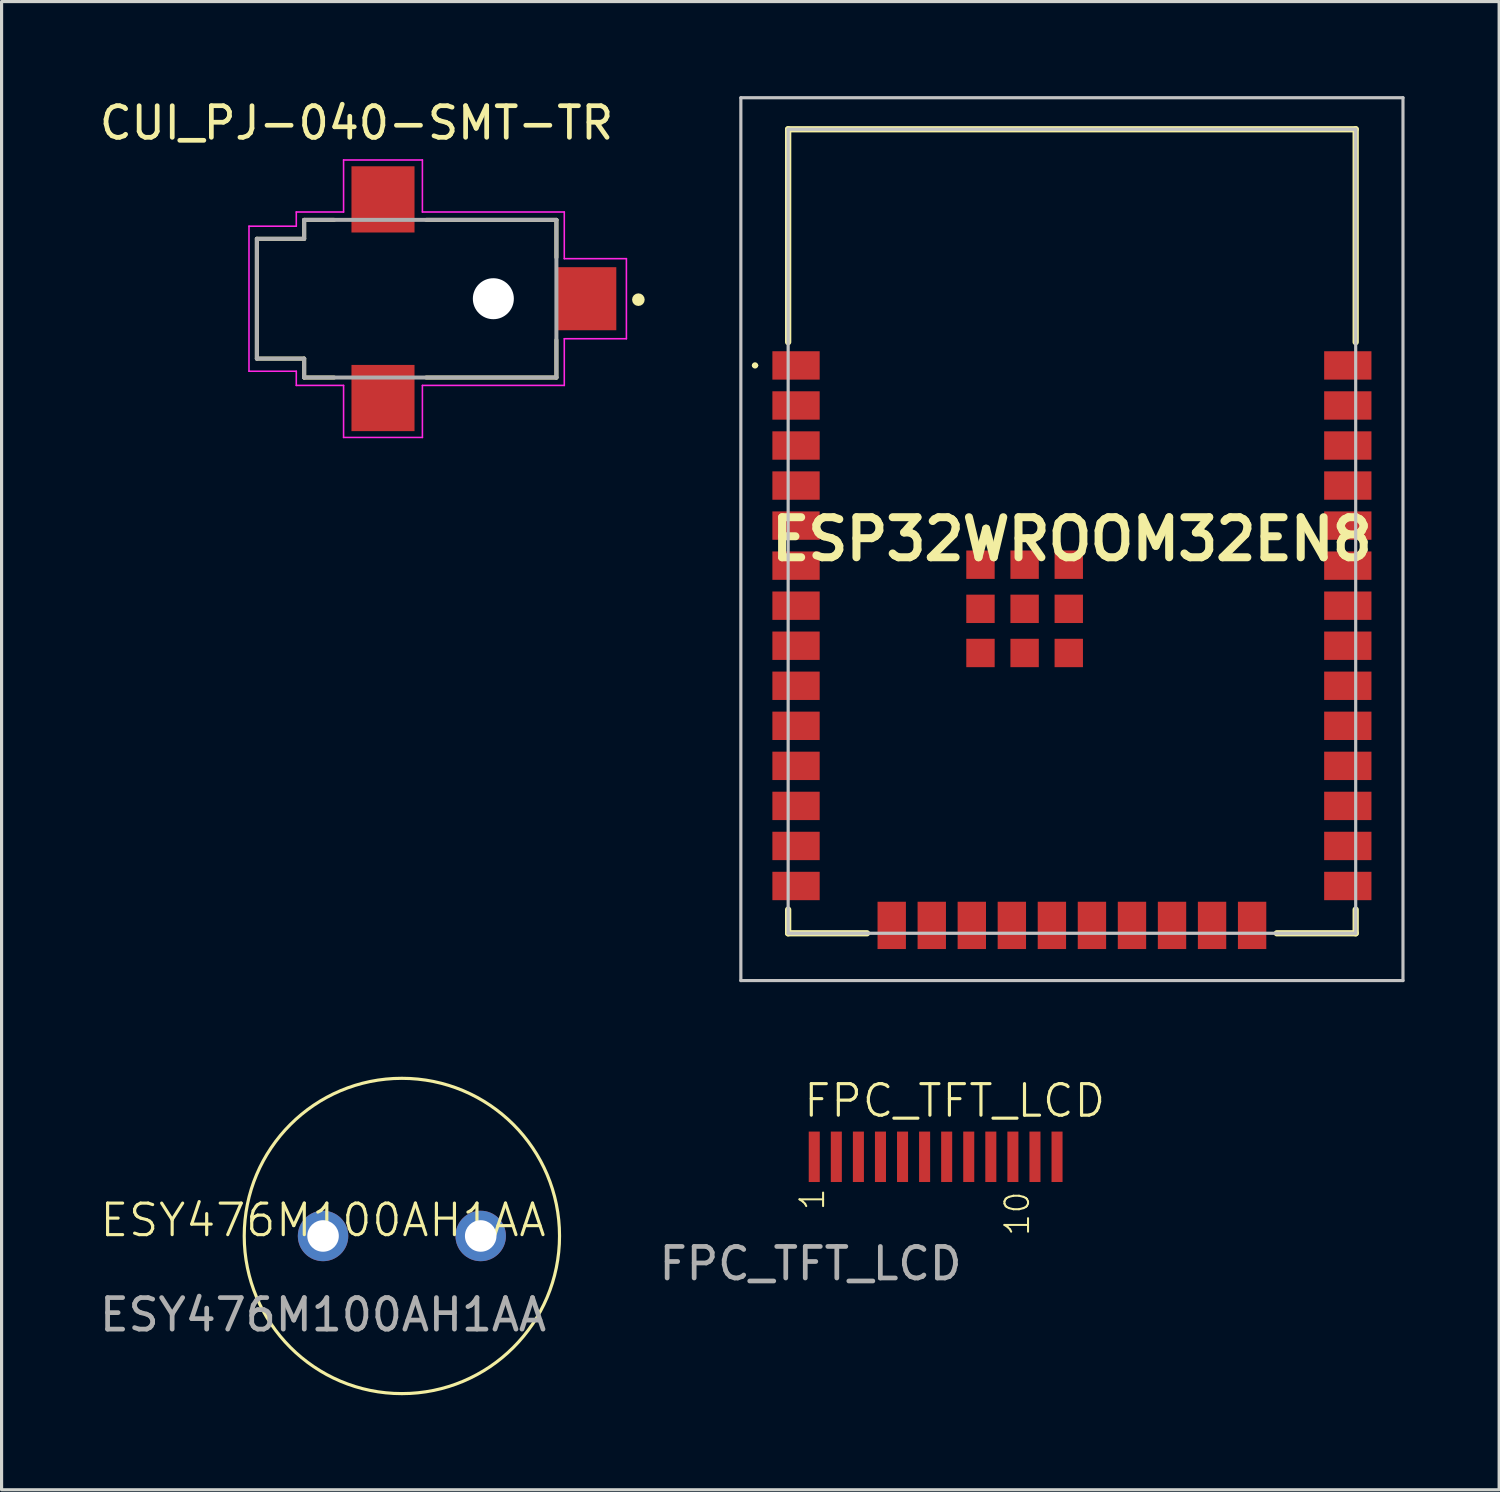
<source format=kicad_pcb>
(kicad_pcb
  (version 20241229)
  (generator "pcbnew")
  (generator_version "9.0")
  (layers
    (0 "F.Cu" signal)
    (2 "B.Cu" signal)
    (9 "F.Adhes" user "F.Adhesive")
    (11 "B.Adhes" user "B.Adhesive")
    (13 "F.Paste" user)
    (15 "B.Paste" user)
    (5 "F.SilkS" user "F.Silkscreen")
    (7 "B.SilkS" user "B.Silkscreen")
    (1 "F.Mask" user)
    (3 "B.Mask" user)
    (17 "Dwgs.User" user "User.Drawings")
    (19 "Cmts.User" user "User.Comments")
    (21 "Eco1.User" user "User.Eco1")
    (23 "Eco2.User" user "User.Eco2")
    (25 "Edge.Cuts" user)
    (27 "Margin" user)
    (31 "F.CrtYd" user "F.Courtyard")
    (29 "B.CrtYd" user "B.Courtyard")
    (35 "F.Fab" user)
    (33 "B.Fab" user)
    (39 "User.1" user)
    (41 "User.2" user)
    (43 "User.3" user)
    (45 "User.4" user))
  (footprint "ESP32WROOM32EN8"
    (layer "F.Cu")
    (at 30.947 13.8)
    (property "Reference" "ESP32WROOM32EN8" (at 0 0.25 0) (layer "F.SilkS") (effects (font (size 1.27 1.27) (thickness 0.254))))
    (attr smd)
    (fp_line (start -10.1 -5.26) (end -10.1 -5.26) (stroke (width 0.1) (type solid)) (layer "F.SilkS"))
    (fp_line (start -10 -5.26) (end -10 -5.26) (stroke (width 0.1) (type solid)) (layer "F.SilkS"))
    (fp_line (start -9 -12.75) (end 9 -12.75) (stroke (width 0.2) (type solid)) (layer "F.SilkS"))
    (fp_line (start -9 -6) (end -9 -12.75) (stroke (width 0.2) (type solid)) (layer "F.SilkS"))
    (fp_line (start -9 12.75) (end -9 12) (stroke (width 0.2) (type solid)) (layer "F.SilkS"))
    (fp_line (start -6.5 12.75) (end -9 12.75) (stroke (width 0.2) (type solid)) (layer "F.SilkS"))
    (fp_line (start 9 -12.75) (end 9 -6) (stroke (width 0.2) (type solid)) (layer "F.SilkS"))
    (fp_line (start 9 12) (end 9 12.75) (stroke (width 0.2) (type solid)) (layer "F.SilkS"))
    (fp_line (start 9 12.75) (end 6.5 12.75) (stroke (width 0.2) (type solid)) (layer "F.SilkS"))
    (fp_arc (start -10.1 -5.26) (mid -10.05 -5.31) (end -10 -5.26) (stroke (width 0.1) (type solid)) (layer "F.SilkS"))
    (fp_arc (start -10 -5.26) (mid -10.05 -5.21) (end -10.1 -5.26) (stroke (width 0.1) (type solid)) (layer "F.SilkS"))
    (fp_line (start -10.5 -13.75) (end 10.5 -13.75) (stroke (width 0.1) (type solid)) (layer "Dwgs.User"))
    (fp_line (start -10.5 14.25) (end -10.5 -13.75) (stroke (width 0.1) (type solid)) (layer "Dwgs.User"))
    (fp_line (start -9 -12.75) (end -9 12.75) (stroke (width 0.1) (type solid)) (layer "Dwgs.User"))
    (fp_line (start -9 12.75) (end 9 12.75) (stroke (width 0.1) (type solid)) (layer "Dwgs.User"))
    (fp_line (start 9 -12.75) (end -9 -12.75) (stroke (width 0.1) (type solid)) (layer "Dwgs.User"))
    (fp_line (start 9 12.75) (end 9 -12.75) (stroke (width 0.1) (type solid)) (layer "Dwgs.User"))
    (fp_line (start 10.5 -13.75) (end 10.5 14.25) (stroke (width 0.1) (type solid)) (layer "Dwgs.User"))
    (fp_line (start 10.5 14.25) (end -10.5 14.25) (stroke (width 0.1) (type solid)) (layer "Dwgs.User"))
    (pad "1" smd rect (at -8.75 -5.26 90) (size 0.9 1.5) (layers "F.Cu" "F.Mask" "F.Paste"))
    (pad "2" smd rect (at -8.75 -3.99 90) (size 0.9 1.5) (layers "F.Cu" "F.Mask" "F.Paste"))
    (pad "3" smd rect (at -8.75 -2.72 90) (size 0.9 1.5) (layers "F.Cu" "F.Mask" "F.Paste"))
    (pad "4" smd rect (at -8.75 -1.45 90) (size 0.9 1.5) (layers "F.Cu" "F.Mask" "F.Paste"))
    (pad "5" smd rect (at -8.75 -0.18 90) (size 0.9 1.5) (layers "F.Cu" "F.Mask" "F.Paste"))
    (pad "6" smd rect (at -8.75 1.09 90) (size 0.9 1.5) (layers "F.Cu" "F.Mask" "F.Paste"))
    (pad "7" smd rect (at -8.75 2.36 90) (size 0.9 1.5) (layers "F.Cu" "F.Mask" "F.Paste"))
    (pad "8" smd rect (at -8.75 3.63 90) (size 0.9 1.5) (layers "F.Cu" "F.Mask" "F.Paste"))
    (pad "9" smd rect (at -8.75 4.9 90) (size 0.9 1.5) (layers "F.Cu" "F.Mask" "F.Paste"))
    (pad "10" smd rect (at -8.75 6.17 90) (size 0.9 1.5) (layers "F.Cu" "F.Mask" "F.Paste"))
    (pad "11" smd rect (at -8.75 7.44 90) (size 0.9 1.5) (layers "F.Cu" "F.Mask" "F.Paste"))
    (pad "12" smd rect (at -8.75 8.71 90) (size 0.9 1.5) (layers "F.Cu" "F.Mask" "F.Paste"))
    (pad "13" smd rect (at -8.75 9.98 90) (size 0.9 1.5) (layers "F.Cu" "F.Mask" "F.Paste"))
    (pad "14" smd rect (at -8.75 11.25 90) (size 0.9 1.5) (layers "F.Cu" "F.Mask" "F.Paste"))
    (pad "15" smd rect (at -5.715 12.5) (size 0.9 1.5) (layers "F.Cu" "F.Mask" "F.Paste"))
    (pad "16" smd rect (at -4.445 12.5) (size 0.9 1.5) (layers "F.Cu" "F.Mask" "F.Paste"))
    (pad "17" smd rect (at -3.175 12.5) (size 0.9 1.5) (layers "F.Cu" "F.Mask" "F.Paste"))
    (pad "18" smd rect (at -1.905 12.5) (size 0.9 1.5) (layers "F.Cu" "F.Mask" "F.Paste"))
    (pad "19" smd rect (at -0.635 12.5) (size 0.9 1.5) (layers "F.Cu" "F.Mask" "F.Paste"))
    (pad "20" smd rect (at 0.635 12.5) (size 0.9 1.5) (layers "F.Cu" "F.Mask" "F.Paste"))
    (pad "21" smd rect (at 1.905 12.5) (size 0.9 1.5) (layers "F.Cu" "F.Mask" "F.Paste"))
    (pad "22" smd rect (at 3.175 12.5) (size 0.9 1.5) (layers "F.Cu" "F.Mask" "F.Paste"))
    (pad "23" smd rect (at 4.445 12.5) (size 0.9 1.5) (layers "F.Cu" "F.Mask" "F.Paste"))
    (pad "24" smd rect (at 5.715 12.5) (size 0.9 1.5) (layers "F.Cu" "F.Mask" "F.Paste"))
    (pad "25" smd rect (at 8.75 11.25 90) (size 0.9 1.5) (layers "F.Cu" "F.Mask" "F.Paste"))
    (pad "26" smd rect (at 8.75 9.98 90) (size 0.9 1.5) (layers "F.Cu" "F.Mask" "F.Paste"))
    (pad "27" smd rect (at 8.75 8.71 90) (size 0.9 1.5) (layers "F.Cu" "F.Mask" "F.Paste"))
    (pad "28" smd rect (at 8.75 7.44 90) (size 0.9 1.5) (layers "F.Cu" "F.Mask" "F.Paste"))
    (pad "29" smd rect (at 8.75 6.17 90) (size 0.9 1.5) (layers "F.Cu" "F.Mask" "F.Paste"))
    (pad "30" smd rect (at 8.75 4.9 90) (size 0.9 1.5) (layers "F.Cu" "F.Mask" "F.Paste"))
    (pad "31" smd rect (at 8.75 3.63 90) (size 0.9 1.5) (layers "F.Cu" "F.Mask" "F.Paste"))
    (pad "32" smd rect (at 8.75 2.36 90) (size 0.9 1.5) (layers "F.Cu" "F.Mask" "F.Paste"))
    (pad "33" smd rect (at 8.75 1.09 90) (size 0.9 1.5) (layers "F.Cu" "F.Mask" "F.Paste"))
    (pad "34" smd rect (at 8.75 -0.18 90) (size 0.9 1.5) (layers "F.Cu" "F.Mask" "F.Paste"))
    (pad "35" smd rect (at 8.75 -1.45 90) (size 0.9 1.5) (layers "F.Cu" "F.Mask" "F.Paste"))
    (pad "36" smd rect (at 8.75 -2.72 90) (size 0.9 1.5) (layers "F.Cu" "F.Mask" "F.Paste"))
    (pad "37" smd rect (at 8.75 -3.99 90) (size 0.9 1.5) (layers "F.Cu" "F.Mask" "F.Paste"))
    (pad "38" smd rect (at 8.75 -5.26 90) (size 0.9 1.5) (layers "F.Cu" "F.Mask" "F.Paste"))
    (pad "39" smd rect (at -2.9 1.06 90) (size 0.9 0.9) (layers "F.Cu" "F.Mask" "F.Paste"))
    (pad "40" smd rect (at -2.9 2.46 90) (size 0.9 0.9) (layers "F.Cu" "F.Mask" "F.Paste"))
    (pad "41" smd rect (at -2.9 3.86 90) (size 0.9 0.9) (layers "F.Cu" "F.Mask" "F.Paste"))
    (pad "42" smd rect (at -1.5 3.86 90) (size 0.9 0.9) (layers "F.Cu" "F.Mask" "F.Paste"))
    (pad "43" smd rect (at -0.1 3.86 90) (size 0.9 0.9) (layers "F.Cu" "F.Mask" "F.Paste"))
    (pad "44" smd rect (at -0.1 2.46 90) (size 0.9 0.9) (layers "F.Cu" "F.Mask" "F.Paste"))
    (pad "45" smd rect (at -0.1 1.06 90) (size 0.9 0.9) (layers "F.Cu" "F.Mask" "F.Paste"))
    (pad "46" smd rect (at -1.5 1.06 90) (size 0.9 0.9) (layers "F.Cu" "F.Mask" "F.Paste"))
    (pad "47" smd rect (at -1.5 2.46 90) (size 0.9 0.9) (layers "F.Cu" "F.Mask" "F.Paste")))
  (footprint "CUI_PJ-040-SMT-TR"
    (layer "F.Cu")
    (at 10.597 6.424)
    (property "Reference" "CUI_PJ-040-SMT-TR" (at -2.339 -5.575 0) (layer "F.SilkS") (effects (font (size 1.002 1.002) (thickness 0.15))))
    (attr smd)
    (fp_line (start -5.5 -1.9) (end -5.5 1.9) (stroke (width 0.127) (type solid)) (layer "F.SilkS"))
    (fp_line (start -5.5 -1.9) (end -4 -1.9) (stroke (width 0.127) (type solid)) (layer "F.SilkS"))
    (fp_line (start -5.5 1.9) (end -4 1.9) (stroke (width 0.127) (type solid)) (layer "F.SilkS"))
    (fp_line (start -4 -2.5) (end -3.05 -2.5) (stroke (width 0.127) (type solid)) (layer "F.SilkS"))
    (fp_line (start -4 -1.9) (end -4 -2.5) (stroke (width 0.127) (type solid)) (layer "F.SilkS"))
    (fp_line (start -4 2.5) (end -4 1.9) (stroke (width 0.127) (type solid)) (layer "F.SilkS"))
    (fp_line (start -3.05 2.5) (end -4 2.5) (stroke (width 0.127) (type solid)) (layer "F.SilkS"))
    (fp_line (start -0.13 -2.5) (end 4 -2.5) (stroke (width 0.127) (type solid)) (layer "F.SilkS"))
    (fp_line (start 4 -2.5) (end 4 -1.31) (stroke (width 0.127) (type solid)) (layer "F.SilkS"))
    (fp_line (start 4 1.31) (end 4 2.5) (stroke (width 0.127) (type solid)) (layer "F.SilkS"))
    (fp_line (start 4 2.5) (end -0.13 2.5) (stroke (width 0.127) (type solid)) (layer "F.SilkS"))
    (fp_circle (center 6.6 0.03) (end 6.7 0.03) (stroke (width 0.2) (type solid)) (fill no) (layer "F.SilkS"))
    (fp_line (start -5.75 -2.3) (end -4.25 -2.3) (stroke (width 0.05) (type solid)) (layer "F.CrtYd"))
    (fp_line (start -5.75 2.3) (end -5.75 -2.3) (stroke (width 0.05) (type solid)) (layer "F.CrtYd"))
    (fp_line (start -4.25 -2.75) (end -2.75 -2.75) (stroke (width 0.05) (type solid)) (layer "F.CrtYd"))
    (fp_line (start -4.25 -2.3) (end -4.25 -2.75) (stroke (width 0.05) (type solid)) (layer "F.CrtYd"))
    (fp_line (start -4.25 2.3) (end -5.75 2.3) (stroke (width 0.05) (type solid)) (layer "F.CrtYd"))
    (fp_line (start -4.25 2.75) (end -4.25 2.3) (stroke (width 0.05) (type solid)) (layer "F.CrtYd"))
    (fp_line (start -4.25 2.75) (end -2.75 2.75) (stroke (width 0.05) (type solid)) (layer "F.CrtYd"))
    (fp_line (start -2.75 -4.4) (end -0.25 -4.4) (stroke (width 0.05) (type solid)) (layer "F.CrtYd"))
    (fp_line (start -2.75 -2.75) (end -2.75 -4.4) (stroke (width 0.05) (type solid)) (layer "F.CrtYd"))
    (fp_line (start -2.75 2.75) (end -2.75 4.4) (stroke (width 0.05) (type solid)) (layer "F.CrtYd"))
    (fp_line (start -2.75 4.4) (end -0.25 4.4) (stroke (width 0.05) (type solid)) (layer "F.CrtYd"))
    (fp_line (start -0.25 -4.4) (end -0.25 -2.75) (stroke (width 0.05) (type solid)) (layer "F.CrtYd"))
    (fp_line (start -0.25 -2.75) (end 4.25 -2.75) (stroke (width 0.05) (type solid)) (layer "F.CrtYd"))
    (fp_line (start -0.25 2.75) (end 4.25 2.75) (stroke (width 0.05) (type solid)) (layer "F.CrtYd"))
    (fp_line (start -0.25 4.4) (end -0.25 2.75) (stroke (width 0.05) (type solid)) (layer "F.CrtYd"))
    (fp_line (start 4.25 -2.75) (end 4.25 -1.27) (stroke (width 0.05) (type solid)) (layer "F.CrtYd"))
    (fp_line (start 4.25 -1.27) (end 6.22 -1.27) (stroke (width 0.05) (type solid)) (layer "F.CrtYd"))
    (fp_line (start 4.25 1.27) (end 4.25 2.75) (stroke (width 0.05) (type solid)) (layer "F.CrtYd"))
    (fp_line (start 6.22 -1.27) (end 6.22 1.27) (stroke (width 0.05) (type solid)) (layer "F.CrtYd"))
    (fp_line (start 6.22 1.27) (end 4.25 1.27) (stroke (width 0.05) (type solid)) (layer "F.CrtYd"))
    (fp_line (start -5.5 -1.9) (end -5.5 1.9) (stroke (width 0.127) (type solid)) (layer "F.Fab"))
    (fp_line (start -5.5 -1.9) (end -4 -1.9) (stroke (width 0.127) (type solid)) (layer "F.Fab"))
    (fp_line (start -5.5 1.9) (end -4 1.9) (stroke (width 0.127) (type solid)) (layer "F.Fab"))
    (fp_line (start -4 -2.5) (end 4 -2.5) (stroke (width 0.127) (type solid)) (layer "F.Fab"))
    (fp_line (start -4 -1.9) (end -4 -2.5) (stroke (width 0.127) (type solid)) (layer "F.Fab"))
    (fp_line (start -4 2.5) (end -4 1.9) (stroke (width 0.127) (type solid)) (layer "F.Fab"))
    (fp_line (start 4 -2.5) (end 4 2.5) (stroke (width 0.127) (type solid)) (layer "F.Fab"))
    (fp_line (start 4 2.5) (end -4 2.5) (stroke (width 0.127) (type solid)) (layer "F.Fab"))
    (pad "" np_thru_hole circle (at 2 0) (size 1.3 1.3) (drill 1.3) (layers "*.Cu" "*.Mask"))
    (pad "1" smd rect (at 4.95 0) (size 1.9 2) (layers "F.Cu" "F.Mask" "F.Paste"))
    (pad "2" smd rect (at -1.5 3.15) (size 2 2.1) (layers "F.Cu" "F.Mask" "F.Paste"))
    (pad "3" smd rect (at -1.5 -3.15) (size 2 2.1) (layers "F.Cu" "F.Mask" "F.Paste")))
  (footprint "FPC_TFT_LCD"
    (layer "F.Cu")
    (at 22.657 34.528)
    (property "Reference" "FPC_TFT_LCD" (at 4.572 -2.667 0) (unlocked yes) (layer "F.SilkS") (effects (font (size 1 1) (thickness 0.1))))
    (attr smd)
    (fp_text user "10" (at 6.118 0.161 90) (layer "F.SilkS") (effects (font (size 0.748 0.748) (thickness 0.065)) (justify right top)))
    (fp_text user "1" (at -0.382 0.061 90) (layer "F.SilkS") (effects (font (size 0.748 0.748) (thickness 0.065)) (justify right top)))
    (fp_text user "${REFERENCE}" (at 0 2.5 0) (unlocked yes) (layer "F.Fab") (effects (font (size 1 1) (thickness 0.15))))
    (pad "1" smd rect (at 0.118 -0.889 90) (size 1.6 0.35) (layers "F.Cu" "F.Mask" "F.Paste"))
    (pad "2" smd rect (at 0.818 -0.889 90) (size 1.6 0.35) (layers "F.Cu" "F.Mask" "F.Paste"))
    (pad "3" smd rect (at 1.518 -0.889 90) (size 1.6 0.35) (layers "F.Cu" "F.Mask" "F.Paste"))
    (pad "4" smd rect (at 2.218 -0.889 90) (size 1.6 0.35) (layers "F.Cu" "F.Mask" "F.Paste"))
    (pad "5" smd rect (at 2.918 -0.889 90) (size 1.6 0.35) (layers "F.Cu" "F.Mask" "F.Paste"))
    (pad "6" smd rect (at 3.618 -0.889 90) (size 1.6 0.35) (layers "F.Cu" "F.Mask" "F.Paste"))
    (pad "7" smd rect (at 4.318 -0.889 90) (size 1.6 0.35) (layers "F.Cu" "F.Mask" "F.Paste"))
    (pad "8" smd rect (at 5.018 -0.889 90) (size 1.6 0.35) (layers "F.Cu" "F.Mask" "F.Paste"))
    (pad "9" smd rect (at 5.718 -0.889 90) (size 1.6 0.35) (layers "F.Cu" "F.Mask" "F.Paste"))
    (pad "10" smd rect (at 6.418 -0.889 90) (size 1.6 0.35) (layers "F.Cu" "F.Mask" "F.Paste"))
    (pad "11" smd rect (at 7.118 -0.889 90) (size 1.6 0.35) (layers "F.Cu" "F.Mask" "F.Paste"))
    (pad "12" smd rect (at 7.818 -0.889 90) (size 1.6 0.35) (layers "F.Cu" "F.Mask" "F.Paste")))
  (footprint "ESY476M100AH1AA"
    (layer "F.Cu")
    (at 7.196 36.15)
    (property "Reference" "ESY476M100AH1AA" (at 0 -0.5 0) (unlocked yes) (layer "F.SilkS") (effects (font (size 1 1) (thickness 0.1))))
    (attr through_hole)
    (fp_circle (center 2.5 0) (end 7.5 0) (stroke (width 0.1) (type default)) (fill no) (layer "F.SilkS"))
    (fp_text user "${REFERENCE}" (at 0 2.5 0) (unlocked yes) (layer "F.Fab") (effects (font (size 1 1) (thickness 0.15))))
    (pad "1" thru_hole circle (at 0 0) (size 1.6 1.6) (drill 1) (layers "*.Cu" "*.Mask"))
    (pad "2" thru_hole circle (at 5 0) (size 1.6 1.6) (drill 1) (layers "*.Cu" "*.Mask")))
  (gr_rect
    (start -3 -3)
    (end 44.497 44.2)
    (stroke (width 0.1) (type default))
    (fill no)
    (layer "Edge.Cuts")))
</source>
